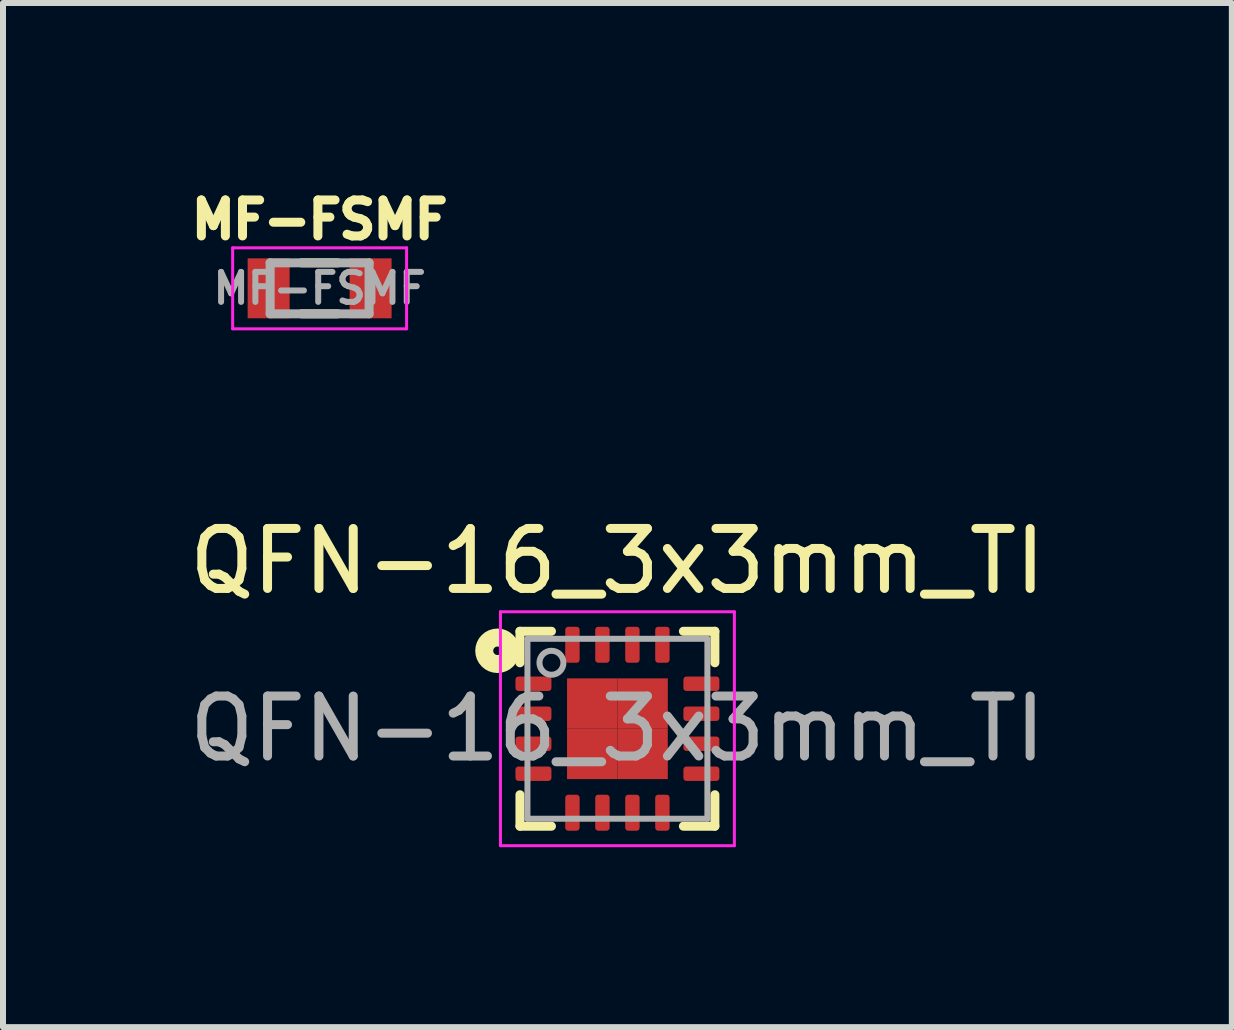
<source format=kicad_pcb>
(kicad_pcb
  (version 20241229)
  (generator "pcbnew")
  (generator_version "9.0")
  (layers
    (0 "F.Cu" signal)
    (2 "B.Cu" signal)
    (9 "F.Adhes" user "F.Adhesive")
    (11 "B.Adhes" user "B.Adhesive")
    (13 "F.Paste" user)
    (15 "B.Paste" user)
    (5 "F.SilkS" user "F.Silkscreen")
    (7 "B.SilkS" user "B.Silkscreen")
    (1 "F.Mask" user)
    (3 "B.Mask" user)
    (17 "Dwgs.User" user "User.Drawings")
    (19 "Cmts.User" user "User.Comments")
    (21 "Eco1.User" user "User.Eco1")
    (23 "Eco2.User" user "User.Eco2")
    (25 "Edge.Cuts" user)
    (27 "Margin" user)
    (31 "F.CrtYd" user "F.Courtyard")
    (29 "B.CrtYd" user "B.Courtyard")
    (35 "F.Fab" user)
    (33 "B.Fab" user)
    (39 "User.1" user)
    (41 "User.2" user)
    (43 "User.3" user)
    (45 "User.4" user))
  (footprint "MF-FSMF"
    (layer "F.Cu")
    (at 2.279 1.757)
    (property "Reference" "MF-FSMF" (at 0 -1.143 180) (layer "F.SilkS") (effects (font (size 0.6 0.6) (thickness 0.15))))
    (attr through_hole)
    (fp_line (start -0.3 -0.425) (end 0.3 -0.425) (stroke (width 0.15) (type solid)) (layer "F.SilkS"))
    (fp_line (start -0.3 0.425) (end 0.3 0.425) (stroke (width 0.15) (type solid)) (layer "F.SilkS"))
    (fp_line (start -1.45 -0.675) (end 1.45 -0.675) (stroke (width 0.05) (type solid)) (layer "F.CrtYd"))
    (fp_line (start -1.45 0.675) (end -1.45 -0.675) (stroke (width 0.05) (type solid)) (layer "F.CrtYd"))
    (fp_line (start 1.45 -0.675) (end 1.45 0.675) (stroke (width 0.05) (type solid)) (layer "F.CrtYd"))
    (fp_line (start 1.45 0.675) (end -1.45 0.675) (stroke (width 0.05) (type solid)) (layer "F.CrtYd"))
    (fp_line (start -0.825 -0.425) (end -0.825 0.425) (stroke (width 0.15) (type solid)) (layer "F.Fab"))
    (fp_line (start -0.825 -0.425) (end 0.825 -0.425) (stroke (width 0.15) (type solid)) (layer "F.Fab"))
    (fp_line (start -0.825 0.425) (end 0.825 0.425) (stroke (width 0.15) (type solid)) (layer "F.Fab"))
    (fp_line (start 0.825 -0.425) (end 0.825 0.425) (stroke (width 0.15) (type solid)) (layer "F.Fab"))
    (fp_text user "${REFERENCE}" (at 0 0 0) (layer "F.Fab") (effects (font (size 0.5 0.5) (thickness 0.1))))
    (pad "1" smd rect (at -0.85 0) (size 0.7 1) (layers "F.Cu" "F.Mask" "F.Paste"))
    (pad "2" smd rect (at 0.85 0) (size 0.7 1) (layers "F.Cu" "F.Mask" "F.Paste")))
  (footprint "QFN-16_3x3mm_TI"
    (layer "F.Cu")
    (at 7.244 9.1)
    (property "Reference" "QFN-16_3x3mm_TI" (at 0 -2.794 0) (layer "F.SilkS") (effects (font (size 1 1) (thickness 0.15))))
    (attr through_hole)
    (fp_line (start -1.625 -1.625) (end -1.625 -1.1) (stroke (width 0.15) (type solid)) (layer "F.SilkS"))
    (fp_line (start -1.625 1.1) (end -1.625 1.625) (stroke (width 0.15) (type solid)) (layer "F.SilkS"))
    (fp_line (start -1.625 1.625) (end -1.1 1.625) (stroke (width 0.15) (type solid)) (layer "F.SilkS"))
    (fp_line (start -1.1 -1.625) (end -1.625 -1.625) (stroke (width 0.15) (type solid)) (layer "F.SilkS"))
    (fp_line (start 1.1 -1.625) (end 1.625 -1.625) (stroke (width 0.15) (type solid)) (layer "F.SilkS"))
    (fp_line (start 1.1 1.625) (end 1.625 1.625) (stroke (width 0.15) (type solid)) (layer "F.SilkS"))
    (fp_line (start 1.625 -1.625) (end 1.625 -1.1) (stroke (width 0.15) (type solid)) (layer "F.SilkS"))
    (fp_line (start 1.625 1.625) (end 1.625 1.1) (stroke (width 0.15) (type solid)) (layer "F.SilkS"))
    (fp_circle (center -2 -1.3) (end -1.95 -1.25) (stroke (width 0.3) (type solid)) (fill no) (layer "F.SilkS"))
    (fp_line (start -1.95 -1.95) (end 1.95 -1.95) (stroke (width 0.05) (type solid)) (layer "F.CrtYd"))
    (fp_line (start -1.95 1.95) (end -1.95 -1.95) (stroke (width 0.05) (type solid)) (layer "F.CrtYd"))
    (fp_line (start 1.95 -1.95) (end 1.95 1.95) (stroke (width 0.05) (type solid)) (layer "F.CrtYd"))
    (fp_line (start 1.95 1.95) (end -1.95 1.95) (stroke (width 0.05) (type solid)) (layer "F.CrtYd"))
    (fp_line (start -1.5 -1.5) (end -1.5 1.5) (stroke (width 0.1) (type solid)) (layer "F.Fab"))
    (fp_line (start 1.5 -1.5) (end -1.5 -1.5) (stroke (width 0.1) (type solid)) (layer "F.Fab"))
    (fp_line (start 1.5 -1.5) (end 1.5 1.5) (stroke (width 0.1) (type solid)) (layer "F.Fab"))
    (fp_line (start 1.5 1.5) (end -1.5 1.5) (stroke (width 0.1) (type solid)) (layer "F.Fab"))
    (fp_circle (center -1.1 -1.1) (end -1.1 -0.9) (stroke (width 0.1) (type solid)) (fill no) (layer "F.Fab"))
    (fp_text user "${REFERENCE}" (at 0 0 0) (layer "F.Fab") (effects (font (size 1 1) (thickness 0.15))))
    (pad "1" smd roundrect (at -1.4 -0.75) (size 0.6 0.24) (layers "F.Cu" "F.Mask" "F.Paste") (roundrect_rratio 0.208))
    (pad "2" smd roundrect (at -1.4 -0.25) (size 0.6 0.24) (layers "F.Cu" "F.Mask" "F.Paste") (roundrect_rratio 0.208))
    (pad "3" smd roundrect (at -1.4 0.25) (size 0.6 0.24) (layers "F.Cu" "F.Mask" "F.Paste") (roundrect_rratio 0.208))
    (pad "4" smd roundrect (at -1.4 0.75) (size 0.6 0.24) (layers "F.Cu" "F.Mask" "F.Paste") (roundrect_rratio 0.208))
    (pad "5" smd roundrect (at -0.75 1.4 90) (size 0.6 0.24) (layers "F.Cu" "F.Mask" "F.Paste") (roundrect_rratio 0.208))
    (pad "6" smd roundrect (at -0.25 1.4 90) (size 0.6 0.24) (layers "F.Cu" "F.Mask" "F.Paste") (roundrect_rratio 0.208))
    (pad "7" smd roundrect (at 0.25 1.4 90) (size 0.6 0.24) (layers "F.Cu" "F.Mask" "F.Paste") (roundrect_rratio 0.208))
    (pad "8" smd roundrect (at 0.75 1.4 90) (size 0.6 0.24) (layers "F.Cu" "F.Mask" "F.Paste") (roundrect_rratio 0.208))
    (pad "9" smd roundrect (at 1.4 0.75) (size 0.6 0.24) (layers "F.Cu" "F.Mask" "F.Paste") (roundrect_rratio 0.208))
    (pad "10" smd roundrect (at 1.4 0.25) (size 0.6 0.24) (layers "F.Cu" "F.Mask" "F.Paste") (roundrect_rratio 0.208))
    (pad "11" smd roundrect (at 1.4 -0.25) (size 0.6 0.24) (layers "F.Cu" "F.Mask" "F.Paste") (roundrect_rratio 0.208))
    (pad "12" smd roundrect (at 1.4 -0.75) (size 0.6 0.24) (layers "F.Cu" "F.Mask" "F.Paste") (roundrect_rratio 0.208))
    (pad "13" smd roundrect (at 0.75 -1.4 90) (size 0.6 0.24) (layers "F.Cu" "F.Mask" "F.Paste") (roundrect_rratio 0.208))
    (pad "14" smd roundrect (at 0.25 -1.4 90) (size 0.6 0.24) (layers "F.Cu" "F.Mask" "F.Paste") (roundrect_rratio 0.208))
    (pad "15" smd roundrect (at -0.25 -1.4 90) (size 0.6 0.24) (layers "F.Cu" "F.Mask" "F.Paste") (roundrect_rratio 0.208))
    (pad "16" smd roundrect (at -0.75 -1.4 90) (size 0.6 0.24) (layers "F.Cu" "F.Mask" "F.Paste") (roundrect_rratio 0.208))
    (pad "17" smd rect (at -0.42 -0.42) (size 0.84 0.84) (layers "F.Cu" "F.Mask" "F.Paste"))
    (pad "17" smd rect (at -0.42 0.42) (size 0.84 0.84) (layers "F.Cu" "F.Mask" "F.Paste"))
    (pad "17" smd rect (at 0.42 -0.42) (size 0.84 0.84) (layers "F.Cu" "F.Mask" "F.Paste"))
    (pad "17" smd rect (at 0.42 0.42) (size 0.84 0.84) (layers "F.Cu" "F.Mask" "F.Paste")))
  (gr_rect
    (start -3 -3)
    (end 17.488 14.075)
    (stroke (width 0.1) (type default))
    (fill no)
    (layer "Edge.Cuts")))
</source>
